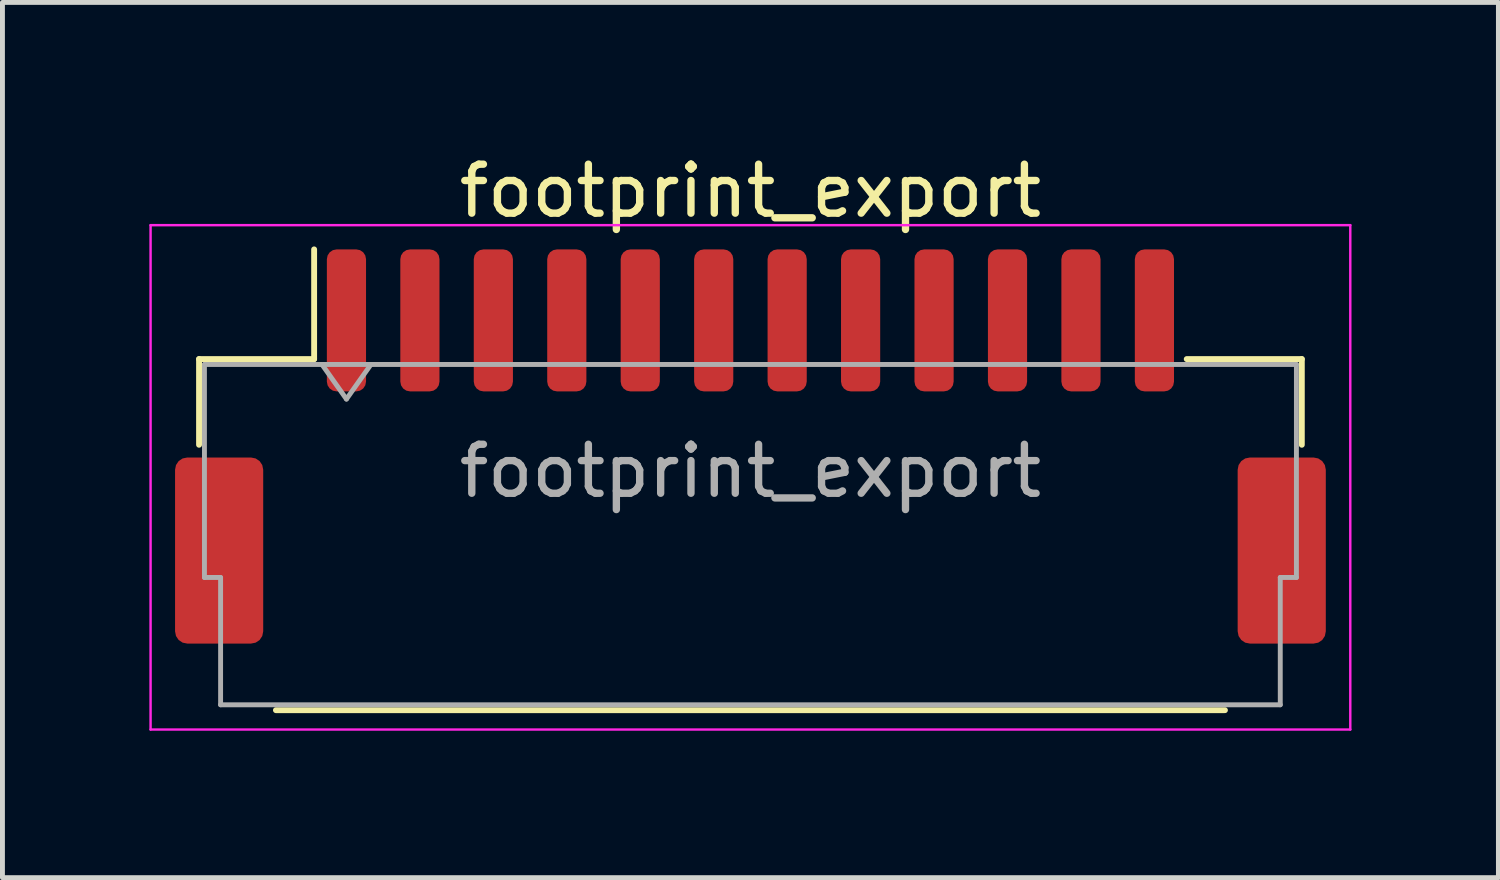
<source format=kicad_pcb>
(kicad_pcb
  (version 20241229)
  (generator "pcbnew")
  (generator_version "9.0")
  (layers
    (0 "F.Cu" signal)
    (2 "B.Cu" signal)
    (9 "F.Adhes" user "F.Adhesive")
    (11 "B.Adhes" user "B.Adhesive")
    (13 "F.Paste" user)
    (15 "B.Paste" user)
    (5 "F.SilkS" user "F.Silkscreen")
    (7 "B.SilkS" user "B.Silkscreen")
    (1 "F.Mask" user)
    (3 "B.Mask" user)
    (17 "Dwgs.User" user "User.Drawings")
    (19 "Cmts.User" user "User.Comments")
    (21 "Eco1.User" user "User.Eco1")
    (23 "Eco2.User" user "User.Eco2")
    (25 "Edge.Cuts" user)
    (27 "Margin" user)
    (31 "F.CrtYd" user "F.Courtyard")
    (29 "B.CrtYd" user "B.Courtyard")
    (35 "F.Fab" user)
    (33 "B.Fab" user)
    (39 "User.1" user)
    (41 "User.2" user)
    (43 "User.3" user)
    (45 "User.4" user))
  (footprint "footprint_export"
    (layer "F.Cu")
    (at 12.275 6.068)
    (property "Reference" "footprint_export" (at 0 -5.22 0) (layer "F.SilkS") (effects (font (size 1 1) (thickness 0.15))))
    (attr smd)
    (fp_line (start -11.26 -1.785) (end -8.91 -1.785) (stroke (width 0.12) (type solid)) (layer "F.SilkS"))
    (fp_line (start -11.26 -0.035) (end -11.26 -1.785) (stroke (width 0.12) (type solid)) (layer "F.SilkS"))
    (fp_line (start -9.69 5.385) (end 9.69 5.385) (stroke (width 0.12) (type solid)) (layer "F.SilkS"))
    (fp_line (start -8.91 -1.785) (end -8.91 -4.025) (stroke (width 0.12) (type solid)) (layer "F.SilkS"))
    (fp_line (start 11.26 -1.785) (end 8.91 -1.785) (stroke (width 0.12) (type solid)) (layer "F.SilkS"))
    (fp_line (start 11.26 -0.035) (end 11.26 -1.785) (stroke (width 0.12) (type solid)) (layer "F.SilkS"))
    (fp_line (start -12.25 -4.52) (end -12.25 5.78) (stroke (width 0.05) (type solid)) (layer "F.CrtYd"))
    (fp_line (start -12.25 5.78) (end 12.25 5.78) (stroke (width 0.05) (type solid)) (layer "F.CrtYd"))
    (fp_line (start 12.25 -4.52) (end -12.25 -4.52) (stroke (width 0.05) (type solid)) (layer "F.CrtYd"))
    (fp_line (start 12.25 5.78) (end 12.25 -4.52) (stroke (width 0.05) (type solid)) (layer "F.CrtYd"))
    (fp_line (start -11.15 -1.675) (end -11.15 2.675) (stroke (width 0.1) (type solid)) (layer "F.Fab"))
    (fp_line (start -11.15 -1.675) (end 11.15 -1.675) (stroke (width 0.1) (type solid)) (layer "F.Fab"))
    (fp_line (start -11.15 2.675) (end -10.82 2.675) (stroke (width 0.1) (type solid)) (layer "F.Fab"))
    (fp_line (start -10.82 2.675) (end -10.82 5.275) (stroke (width 0.1) (type solid)) (layer "F.Fab"))
    (fp_line (start -10.82 5.275) (end 10.82 5.275) (stroke (width 0.1) (type solid)) (layer "F.Fab"))
    (fp_line (start -8.75 -1.675) (end -8.25 -0.968) (stroke (width 0.1) (type solid)) (layer "F.Fab"))
    (fp_line (start -8.25 -0.968) (end -7.75 -1.675) (stroke (width 0.1) (type solid)) (layer "F.Fab"))
    (fp_line (start 10.82 2.675) (end 11.15 2.675) (stroke (width 0.1) (type solid)) (layer "F.Fab"))
    (fp_line (start 10.82 5.275) (end 10.82 2.675) (stroke (width 0.1) (type solid)) (layer "F.Fab"))
    (fp_line (start 11.15 -1.675) (end 11.15 2.675) (stroke (width 0.1) (type solid)) (layer "F.Fab"))
    (fp_text user "${REFERENCE}" (at 0 0.5 0) (layer "F.Fab") (effects (font (size 1 1) (thickness 0.15))))
    (pad "1" smd roundrect (at -8.25 -2.575) (size 0.8 2.9) (layers "F.Cu" "F.Mask" "F.Paste") (roundrect_rratio 0.25))
    (pad "2" smd roundrect (at -6.75 -2.575) (size 0.8 2.9) (layers "F.Cu" "F.Mask" "F.Paste") (roundrect_rratio 0.25))
    (pad "3" smd roundrect (at -5.25 -2.575) (size 0.8 2.9) (layers "F.Cu" "F.Mask" "F.Paste") (roundrect_rratio 0.25))
    (pad "4" smd roundrect (at -3.75 -2.575) (size 0.8 2.9) (layers "F.Cu" "F.Mask" "F.Paste") (roundrect_rratio 0.25))
    (pad "5" smd roundrect (at -2.25 -2.575) (size 0.8 2.9) (layers "F.Cu" "F.Mask" "F.Paste") (roundrect_rratio 0.25))
    (pad "6" smd roundrect (at -0.75 -2.575) (size 0.8 2.9) (layers "F.Cu" "F.Mask" "F.Paste") (roundrect_rratio 0.25))
    (pad "7" smd roundrect (at 0.75 -2.575) (size 0.8 2.9) (layers "F.Cu" "F.Mask" "F.Paste") (roundrect_rratio 0.25))
    (pad "8" smd roundrect (at 2.25 -2.575) (size 0.8 2.9) (layers "F.Cu" "F.Mask" "F.Paste") (roundrect_rratio 0.25))
    (pad "9" smd roundrect (at 3.75 -2.575) (size 0.8 2.9) (layers "F.Cu" "F.Mask" "F.Paste") (roundrect_rratio 0.25))
    (pad "10" smd roundrect (at 5.25 -2.575) (size 0.8 2.9) (layers "F.Cu" "F.Mask" "F.Paste") (roundrect_rratio 0.25))
    (pad "11" smd roundrect (at 6.75 -2.575) (size 0.8 2.9) (layers "F.Cu" "F.Mask" "F.Paste") (roundrect_rratio 0.25))
    (pad "12" smd roundrect (at 8.25 -2.575) (size 0.8 2.9) (layers "F.Cu" "F.Mask" "F.Paste") (roundrect_rratio 0.25))
    (pad "MP" smd roundrect (at -10.85 2.125) (size 1.8 3.8) (layers "F.Cu" "F.Mask" "F.Paste") (roundrect_rratio 0.139))
    (pad "MP" smd roundrect (at 10.85 2.125) (size 1.8 3.8) (layers "F.Cu" "F.Mask" "F.Paste") (roundrect_rratio 0.139)))
  (gr_rect
    (start -3 -3)
    (end 27.55 14.873)
    (stroke (width 0.1) (type default))
    (fill no)
    (layer "Edge.Cuts")))
</source>
